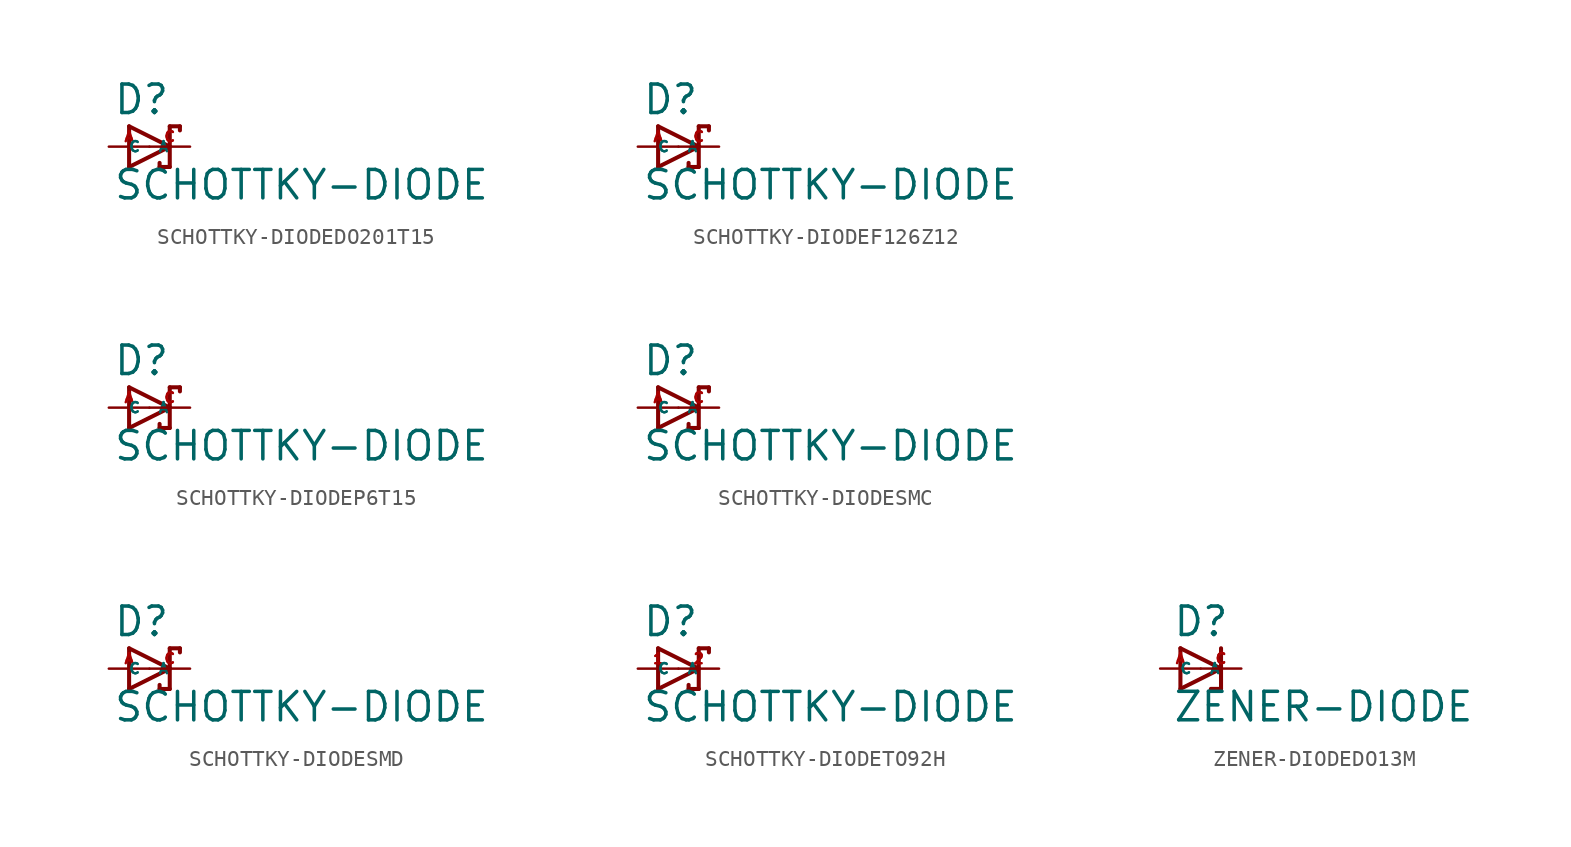
<source format=kicad_sym>
(kicad_symbol_lib
  (version 20220914)
  (generator Eagle2Kicad)
  (symbol "SCHOTTKY-DIODEDO201T15"
    (property "Reference" "D"
      (at -2.286 1.905 0)
      (effects (font (size 1.778 1.778) (thickness 0.22)) (justify left bottom)))
    (property "Value" "SCHOTTKY-DIODE"
      (at -2.286 -3.429 0)
      (effects (font (size 1.778 1.778) (thickness 0.22)) (justify left bottom)))
    (polyline
      (pts (xy -1.27 -1.27) (xy 1.27 0))
      (stroke (width 0.254) (type default))
      (fill (type none)))
    (polyline
      (pts (xy 1.27 0) (xy -1.27 1.27))
      (stroke (width 0.254) (type default))
      (fill (type none)))
    (polyline
      (pts (xy 1.905 1.27) (xy 1.27 1.27))
      (stroke (width 0.254) (type default))
      (fill (type none)))
    (polyline
      (pts (xy 1.27 1.27) (xy 1.27 0))
      (stroke (width 0.254) (type default))
      (fill (type none)))
    (polyline
      (pts (xy -1.27 1.27) (xy -1.27 -1.27))
      (stroke (width 0.254) (type default))
      (fill (type none)))
    (polyline
      (pts (xy 1.27 0) (xy 1.27 -1.27))
      (stroke (width 0.254) (type default))
      (fill (type none)))
    (polyline
      (pts (xy 1.905 1.27) (xy 1.905 1.016))
      (stroke (width 0.254) (type default))
      (fill (type none)))
    (polyline
      (pts (xy 1.27 -1.27) (xy 0.635 -1.27))
      (stroke (width 0.254) (type default))
      (fill (type none)))
    (polyline
      (pts (xy 0.635 -1.016) (xy 0.635 -1.27))
      (stroke (width 0.254) (type default))
      (fill (type none)))
    (pin passive line
      (at -2.54 0 0)
      (length 2.54)
      (name "A" (effects (font (size 0.635 0.635) (thickness 0.08)) (justify left bottom)))
      (number "A" (effects (font (size 0.635 0.635) (thickness 0.08)) (justify left bottom))))
    (pin passive line
      (at 2.54 0 180)
      (length 2.54)
      (name "C" (effects (font (size 0.635 0.635) (thickness 0.08)) (justify left bottom)))
      (number "C" (effects (font (size 0.635 0.635) (thickness 0.08)) (justify left bottom)))))
  (symbol "SCHOTTKY-DIODEF126Z12"
    (property "Reference" "D"
      (at -2.286 1.905 0)
      (effects (font (size 1.778 1.778) (thickness 0.22)) (justify left bottom)))
    (property "Value" "SCHOTTKY-DIODE"
      (at -2.286 -3.429 0)
      (effects (font (size 1.778 1.778) (thickness 0.22)) (justify left bottom)))
    (polyline
      (pts (xy -1.27 -1.27) (xy 1.27 0))
      (stroke (width 0.254) (type default))
      (fill (type none)))
    (polyline
      (pts (xy 1.27 0) (xy -1.27 1.27))
      (stroke (width 0.254) (type default))
      (fill (type none)))
    (polyline
      (pts (xy 1.905 1.27) (xy 1.27 1.27))
      (stroke (width 0.254) (type default))
      (fill (type none)))
    (polyline
      (pts (xy 1.27 1.27) (xy 1.27 0))
      (stroke (width 0.254) (type default))
      (fill (type none)))
    (polyline
      (pts (xy -1.27 1.27) (xy -1.27 -1.27))
      (stroke (width 0.254) (type default))
      (fill (type none)))
    (polyline
      (pts (xy 1.27 0) (xy 1.27 -1.27))
      (stroke (width 0.254) (type default))
      (fill (type none)))
    (polyline
      (pts (xy 1.905 1.27) (xy 1.905 1.016))
      (stroke (width 0.254) (type default))
      (fill (type none)))
    (polyline
      (pts (xy 1.27 -1.27) (xy 0.635 -1.27))
      (stroke (width 0.254) (type default))
      (fill (type none)))
    (polyline
      (pts (xy 0.635 -1.016) (xy 0.635 -1.27))
      (stroke (width 0.254) (type default))
      (fill (type none)))
    (pin passive line
      (at -2.54 0 0)
      (length 2.54)
      (name "A" (effects (font (size 0.635 0.635) (thickness 0.08)) (justify left bottom)))
      (number "A" (effects (font (size 0.635 0.635) (thickness 0.08)) (justify left bottom))))
    (pin passive line
      (at 2.54 0 180)
      (length 2.54)
      (name "C" (effects (font (size 0.635 0.635) (thickness 0.08)) (justify left bottom)))
      (number "C" (effects (font (size 0.635 0.635) (thickness 0.08)) (justify left bottom)))))
  (symbol "SCHOTTKY-DIODEP6T15"
    (property "Reference" "D"
      (at -2.286 1.905 0)
      (effects (font (size 1.778 1.778) (thickness 0.22)) (justify left bottom)))
    (property "Value" "SCHOTTKY-DIODE"
      (at -2.286 -3.429 0)
      (effects (font (size 1.778 1.778) (thickness 0.22)) (justify left bottom)))
    (polyline
      (pts (xy -1.27 -1.27) (xy 1.27 0))
      (stroke (width 0.254) (type default))
      (fill (type none)))
    (polyline
      (pts (xy 1.27 0) (xy -1.27 1.27))
      (stroke (width 0.254) (type default))
      (fill (type none)))
    (polyline
      (pts (xy 1.905 1.27) (xy 1.27 1.27))
      (stroke (width 0.254) (type default))
      (fill (type none)))
    (polyline
      (pts (xy 1.27 1.27) (xy 1.27 0))
      (stroke (width 0.254) (type default))
      (fill (type none)))
    (polyline
      (pts (xy -1.27 1.27) (xy -1.27 -1.27))
      (stroke (width 0.254) (type default))
      (fill (type none)))
    (polyline
      (pts (xy 1.27 0) (xy 1.27 -1.27))
      (stroke (width 0.254) (type default))
      (fill (type none)))
    (polyline
      (pts (xy 1.905 1.27) (xy 1.905 1.016))
      (stroke (width 0.254) (type default))
      (fill (type none)))
    (polyline
      (pts (xy 1.27 -1.27) (xy 0.635 -1.27))
      (stroke (width 0.254) (type default))
      (fill (type none)))
    (polyline
      (pts (xy 0.635 -1.016) (xy 0.635 -1.27))
      (stroke (width 0.254) (type default))
      (fill (type none)))
    (pin passive line
      (at -2.54 0 0)
      (length 2.54)
      (name "A" (effects (font (size 0.635 0.635) (thickness 0.08)) (justify left bottom)))
      (number "A" (effects (font (size 0.635 0.635) (thickness 0.08)) (justify left bottom))))
    (pin passive line
      (at 2.54 0 180)
      (length 2.54)
      (name "C" (effects (font (size 0.635 0.635) (thickness 0.08)) (justify left bottom)))
      (number "C" (effects (font (size 0.635 0.635) (thickness 0.08)) (justify left bottom)))))
  (symbol "SCHOTTKY-DIODESMC"
    (property "Reference" "D"
      (at -2.286 1.905 0)
      (effects (font (size 1.778 1.778) (thickness 0.22)) (justify left bottom)))
    (property "Value" "SCHOTTKY-DIODE"
      (at -2.286 -3.429 0)
      (effects (font (size 1.778 1.778) (thickness 0.22)) (justify left bottom)))
    (polyline
      (pts (xy -1.27 -1.27) (xy 1.27 0))
      (stroke (width 0.254) (type default))
      (fill (type none)))
    (polyline
      (pts (xy 1.27 0) (xy -1.27 1.27))
      (stroke (width 0.254) (type default))
      (fill (type none)))
    (polyline
      (pts (xy 1.905 1.27) (xy 1.27 1.27))
      (stroke (width 0.254) (type default))
      (fill (type none)))
    (polyline
      (pts (xy 1.27 1.27) (xy 1.27 0))
      (stroke (width 0.254) (type default))
      (fill (type none)))
    (polyline
      (pts (xy -1.27 1.27) (xy -1.27 -1.27))
      (stroke (width 0.254) (type default))
      (fill (type none)))
    (polyline
      (pts (xy 1.27 0) (xy 1.27 -1.27))
      (stroke (width 0.254) (type default))
      (fill (type none)))
    (polyline
      (pts (xy 1.905 1.27) (xy 1.905 1.016))
      (stroke (width 0.254) (type default))
      (fill (type none)))
    (polyline
      (pts (xy 1.27 -1.27) (xy 0.635 -1.27))
      (stroke (width 0.254) (type default))
      (fill (type none)))
    (polyline
      (pts (xy 0.635 -1.016) (xy 0.635 -1.27))
      (stroke (width 0.254) (type default))
      (fill (type none)))
    (pin passive line
      (at -2.54 0 0)
      (length 2.54)
      (name "A" (effects (font (size 0.635 0.635) (thickness 0.08)) (justify left bottom)))
      (number "A" (effects (font (size 0.635 0.635) (thickness 0.08)) (justify left bottom))))
    (pin passive line
      (at 2.54 0 180)
      (length 2.54)
      (name "C" (effects (font (size 0.635 0.635) (thickness 0.08)) (justify left bottom)))
      (number "C" (effects (font (size 0.635 0.635) (thickness 0.08)) (justify left bottom)))))
  (symbol "SCHOTTKY-DIODESMD"
    (property "Reference" "D"
      (at -2.286 1.905 0)
      (effects (font (size 1.778 1.778) (thickness 0.22)) (justify left bottom)))
    (property "Value" "SCHOTTKY-DIODE"
      (at -2.286 -3.429 0)
      (effects (font (size 1.778 1.778) (thickness 0.22)) (justify left bottom)))
    (polyline
      (pts (xy -1.27 -1.27) (xy 1.27 0))
      (stroke (width 0.254) (type default))
      (fill (type none)))
    (polyline
      (pts (xy 1.27 0) (xy -1.27 1.27))
      (stroke (width 0.254) (type default))
      (fill (type none)))
    (polyline
      (pts (xy 1.905 1.27) (xy 1.27 1.27))
      (stroke (width 0.254) (type default))
      (fill (type none)))
    (polyline
      (pts (xy 1.27 1.27) (xy 1.27 0))
      (stroke (width 0.254) (type default))
      (fill (type none)))
    (polyline
      (pts (xy -1.27 1.27) (xy -1.27 -1.27))
      (stroke (width 0.254) (type default))
      (fill (type none)))
    (polyline
      (pts (xy 1.27 0) (xy 1.27 -1.27))
      (stroke (width 0.254) (type default))
      (fill (type none)))
    (polyline
      (pts (xy 1.905 1.27) (xy 1.905 1.016))
      (stroke (width 0.254) (type default))
      (fill (type none)))
    (polyline
      (pts (xy 1.27 -1.27) (xy 0.635 -1.27))
      (stroke (width 0.254) (type default))
      (fill (type none)))
    (polyline
      (pts (xy 0.635 -1.016) (xy 0.635 -1.27))
      (stroke (width 0.254) (type default))
      (fill (type none)))
    (pin passive line
      (at -2.54 0 0)
      (length 2.54)
      (name "A" (effects (font (size 0.635 0.635) (thickness 0.08)) (justify left bottom)))
      (number "A" (effects (font (size 0.635 0.635) (thickness 0.08)) (justify left bottom))))
    (pin passive line
      (at 2.54 0 180)
      (length 2.54)
      (name "C" (effects (font (size 0.635 0.635) (thickness 0.08)) (justify left bottom)))
      (number "C" (effects (font (size 0.635 0.635) (thickness 0.08)) (justify left bottom)))))
  (symbol "SCHOTTKY-DIODETO92H"
    (property "Reference" "D"
      (at -2.286 1.905 0)
      (effects (font (size 1.778 1.778) (thickness 0.22)) (justify left bottom)))
    (property "Value" "SCHOTTKY-DIODE"
      (at -2.286 -3.429 0)
      (effects (font (size 1.778 1.778) (thickness 0.22)) (justify left bottom)))
    (polyline
      (pts (xy -1.27 -1.27) (xy 1.27 0))
      (stroke (width 0.254) (type default))
      (fill (type none)))
    (polyline
      (pts (xy 1.27 0) (xy -1.27 1.27))
      (stroke (width 0.254) (type default))
      (fill (type none)))
    (polyline
      (pts (xy 1.905 1.27) (xy 1.27 1.27))
      (stroke (width 0.254) (type default))
      (fill (type none)))
    (polyline
      (pts (xy 1.27 1.27) (xy 1.27 0))
      (stroke (width 0.254) (type default))
      (fill (type none)))
    (polyline
      (pts (xy -1.27 1.27) (xy -1.27 -1.27))
      (stroke (width 0.254) (type default))
      (fill (type none)))
    (polyline
      (pts (xy 1.27 0) (xy 1.27 -1.27))
      (stroke (width 0.254) (type default))
      (fill (type none)))
    (polyline
      (pts (xy 1.905 1.27) (xy 1.905 1.016))
      (stroke (width 0.254) (type default))
      (fill (type none)))
    (polyline
      (pts (xy 1.27 -1.27) (xy 0.635 -1.27))
      (stroke (width 0.254) (type default))
      (fill (type none)))
    (polyline
      (pts (xy 0.635 -1.016) (xy 0.635 -1.27))
      (stroke (width 0.254) (type default))
      (fill (type none)))
    (pin passive line
      (at -2.54 0 0)
      (length 2.54)
      (name "A" (effects (font (size 0.635 0.635) (thickness 0.08)) (justify left bottom)))
      (number "1" (effects (font (size 0.635 0.635) (thickness 0.08)) (justify left bottom))))
    (pin passive line
      (at 2.54 0 180)
      (length 2.54)
      (name "C" (effects (font (size 0.635 0.635) (thickness 0.08)) (justify left bottom)))
      (number "2" (effects (font (size 0.635 0.635) (thickness 0.08)) (justify left bottom)))))
  (symbol "ZENER-DIODEDO13M"
    (property "Reference" "D"
      (at -1.778 1.905 0)
      (effects (font (size 1.778 1.778) (thickness 0.22)) (justify left bottom)))
    (property "Value" "ZENER-DIODE"
      (at -1.778 -3.429 0)
      (effects (font (size 1.778 1.778) (thickness 0.22)) (justify left bottom)))
    (polyline
      (pts (xy -1.27 -1.27) (xy 1.27 0))
      (stroke (width 0.254) (type default))
      (fill (type none)))
    (polyline
      (pts (xy 1.27 0) (xy -1.27 1.27))
      (stroke (width 0.254) (type default))
      (fill (type none)))
    (polyline
      (pts (xy 1.27 1.27) (xy 1.27 0))
      (stroke (width 0.254) (type default))
      (fill (type none)))
    (polyline
      (pts (xy -1.27 1.27) (xy -1.27 -1.27))
      (stroke (width 0.254) (type default))
      (fill (type none)))
    (polyline
      (pts (xy 1.27 0) (xy 1.27 -1.27))
      (stroke (width 0.254) (type default))
      (fill (type none)))
    (polyline
      (pts (xy 1.27 -1.27) (xy 0.635 -1.27))
      (stroke (width 0.254) (type default))
      (fill (type none)))
    (pin passive line
      (at -2.54 0 0)
      (length 2.54)
      (name "A" (effects (font (size 0.635 0.635) (thickness 0.08)) (justify left bottom)))
      (number "A" (effects (font (size 0.635 0.635) (thickness 0.08)) (justify left bottom))))
    (pin passive line
      (at 2.54 0 180)
      (length 2.54)
      (name "C" (effects (font (size 0.635 0.635) (thickness 0.08)) (justify left bottom)))
      (number "C" (effects (font (size 0.635 0.635) (thickness 0.08)) (justify left bottom))))))
</source>
